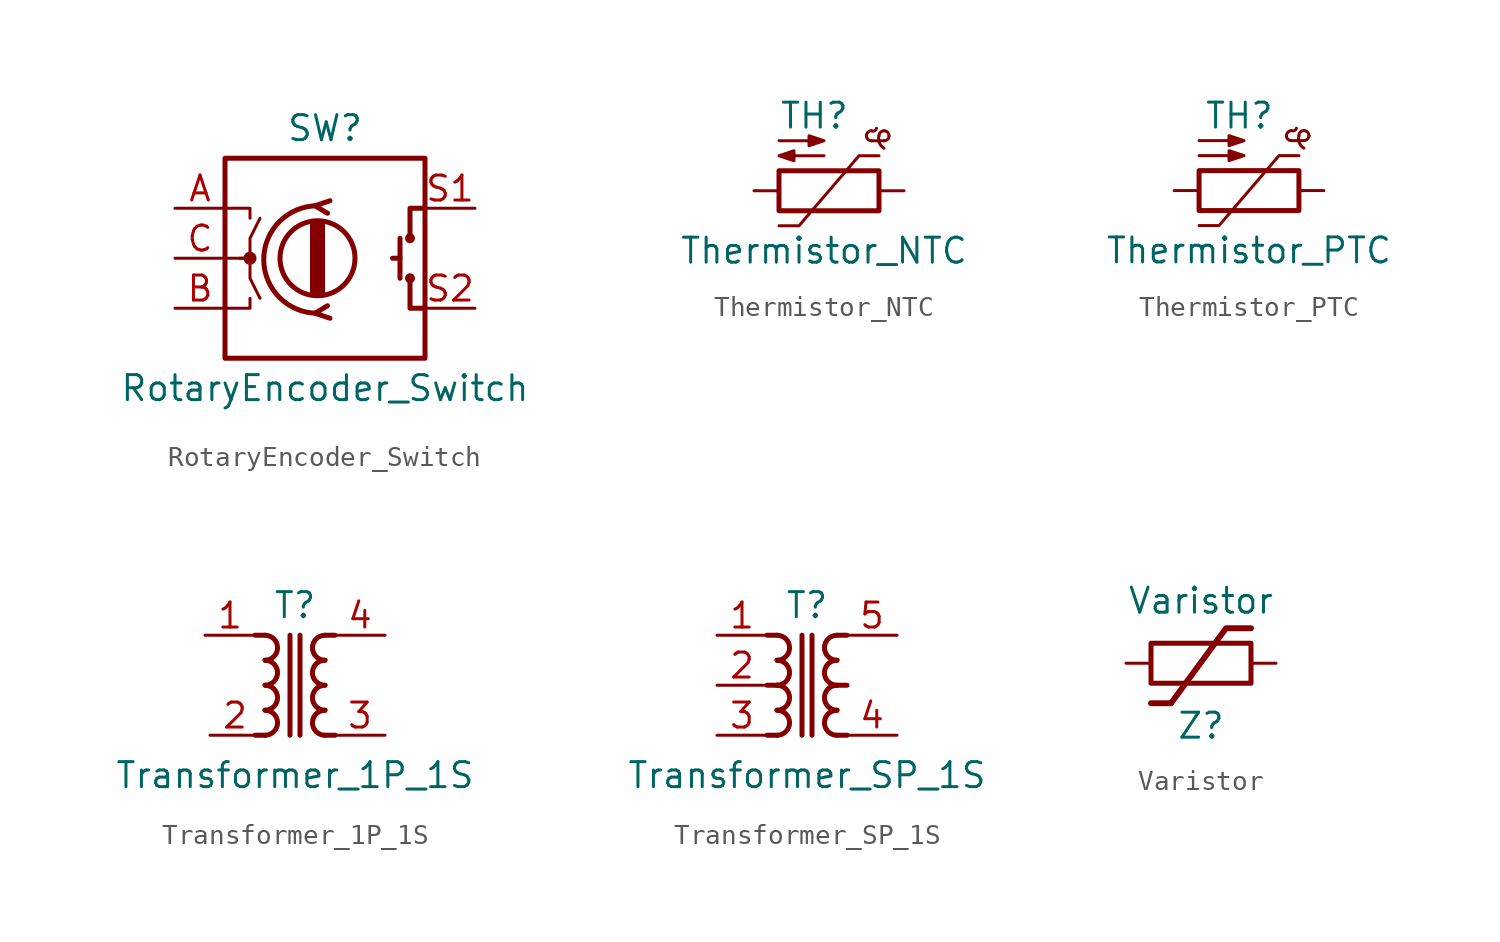
<source format=kicad_sym>
(kicad_symbol_lib
  (version 20220914)
  (generator kicad_symbol_editor)
  (symbol "RotaryEncoder_Switch"
    (pin_names
      (offset 0.254) hide)
    (property "Reference" "SW"
      (at 0 6.604 0)
      (effects (font (size 1.27 1.27))))
    (property "Value" "RotaryEncoder_Switch"
      (at 0 -6.604 0)
      (effects (font (size 1.27 1.27))))
    (symbol "RotaryEncoder_Switch_0_1"
      (circle (center -3.81 0) (radius 0.254) (stroke (width 0) (type default)) (fill (type outline)))
      (circle (center -0.381 0) (radius 1.905) (stroke (width 0.254) (type default)) (fill (type none)))
      (arc (start -0.381 2.667) (mid -3.0988 -0.0635) (end -0.381 -2.794) (stroke (width 0.254) (type default)) (fill (type none)))
      (polyline (pts (xy -0.635 -1.778) (xy -0.635 1.778)) (stroke (width 0.254) (type default)) (fill (type none)))
      (polyline (pts (xy -0.381 -1.778) (xy -0.381 1.778)) (stroke (width 0.254) (type default)) (fill (type none)))
      (polyline (pts (xy -0.127 1.778) (xy -0.127 -1.778)) (stroke (width 0.254) (type default)) (fill (type none)))
      (polyline (pts (xy 3.81 0) (xy 3.429 0)) (stroke (width 0.254) (type default)) (fill (type none)))
      (polyline (pts (xy 3.81 1.016) (xy 3.81 -1.016)) (stroke (width 0.254) (type default)) (fill (type none)))
      (polyline (pts (xy -5.08 -2.54) (xy -3.81 -2.54) (xy -3.81 -2.032)) (stroke (width 0) (type default)) (fill (type none)))
      (polyline (pts (xy -5.08 2.54) (xy -3.81 2.54) (xy -3.81 2.032)) (stroke (width 0) (type default)) (fill (type none)))
      (polyline (pts (xy 0.254 -3.048) (xy -0.508 -2.794) (xy 0.127 -2.413)) (stroke (width 0.254) (type default)) (fill (type none)))
      (polyline (pts (xy 0.254 2.921) (xy -0.508 2.667) (xy 0.127 2.286)) (stroke (width 0.254) (type default)) (fill (type none)))
      (polyline (pts (xy 5.08 -2.54) (xy 4.318 -2.54) (xy 4.318 -1.016)) (stroke (width 0.254) (type default)) (fill (type none)))
      (polyline (pts (xy 5.08 2.54) (xy 4.318 2.54) (xy 4.318 1.016)) (stroke (width 0.254) (type default)) (fill (type none)))
      (polyline (pts (xy -5.08 0) (xy -3.81 0) (xy -3.81 -1.016) (xy -3.302 -2.032)) (stroke (width 0) (type default)) (fill (type none)))
      (polyline (pts (xy -4.318 0) (xy -3.81 0) (xy -3.81 1.016) (xy -3.302 2.032)) (stroke (width 0) (type default)) (fill (type none)))
      (circle (center 4.318 -1.016) (radius 0.127) (stroke (width 0.254) (type default)) (fill (type none)))
      (circle (center 4.318 1.016) (radius 0.127) (stroke (width 0.254) (type default)) (fill (type none))))
    (symbol "RotaryEncoder_Switch_1_1"
      (rectangle (start -5.08 5.08) (end 5.08 -5.08) (stroke (width 0.254) (type default)) (fill (type none)))
      (pin passive line (at -7.62 2.54 0) (length 2.54) (name "A" (effects (font (size 1.27 1.27)))) (number "A" (effects (font (size 1.27 1.27)))))
      (pin passive line (at -7.62 -2.54 0) (length 2.54) (name "B" (effects (font (size 1.27 1.27)))) (number "B" (effects (font (size 1.27 1.27)))))
      (pin passive line (at -7.62 0 0) (length 2.54) (name "C" (effects (font (size 1.27 1.27)))) (number "C" (effects (font (size 1.27 1.27)))))
      (pin passive line (at 7.62 2.54 180) (length 2.54) (name "S1" (effects (font (size 1.27 1.27)))) (number "S1" (effects (font (size 1.27 1.27)))))
      (pin passive line (at 7.62 -2.54 180) (length 2.54) (name "S2" (effects (font (size 1.27 1.27)))) (number "S2" (effects (font (size 1.27 1.27)))))))
  (symbol "Thermistor_NTC"
    (pin_numbers hide)
    (pin_names
      (offset 0))
    (property "Reference" "TH"
      (at -2.286 3.81 0)
      (do_not_autoplace)
      (effects (font (size 1.27 1.27)) (justify left)))
    (property "Value" "Thermistor_NTC"
      (at 0 -3.048 0)
      (do_not_autoplace)
      (effects (font (size 1.27 1.27))))
    (symbol "Thermistor_NTC_0_1"
      (polyline (pts (xy 2.413 2.54) (xy 3.048 2.54)) (stroke (width 0) (type default)) (fill (type none)))
      (polyline (pts (xy 2.794 1.778) (xy 1.778 1.778) (xy -1.27 -1.778) (xy -2.286 -1.778)) (stroke (width 0) (type default)) (fill (type none)))
      (polyline (pts (xy -2.286 2.54) (xy 0 2.54) (xy -0.762 2.794) (xy -0.762 2.286) (xy 0 2.54) (xy -0.254 2.54)) (stroke (width 0) (type default)) (fill (type outline)))
      (polyline (pts (xy 0 1.778) (xy -2.286 1.778) (xy -1.524 2.032) (xy -1.524 1.524) (xy -2.286 1.778) (xy -2.032 1.778)) (stroke (width 0) (type default)) (fill (type outline)))
      (arc (start 2.159 2.794) (mid 2.2334 2.6144) (end 2.413 2.54) (stroke (width 0) (type default)) (fill (type none)))
      (arc (start 2.413 3.048) (mid 2.2334 2.9736) (end 2.159 2.794) (stroke (width 0) (type default)) (fill (type none)))
      (arc (start 2.413 3.048) (mid 2.5705 3.0505) (end 2.667 3.175) (stroke (width 0) (type default)) (fill (type none)))
      (rectangle (start 2.794 1.016) (end -2.286 -1.016) (stroke (width 0.254) (type default)) (fill (type none)))
      (arc (start 2.794 2.794) (mid 2.8148 2.434) (end 3.048 2.159) (stroke (width 0) (type default)) (fill (type none)))
      (arc (start 3.048 2.54) (mid 3.2276 2.6144) (end 3.302 2.794) (stroke (width 0) (type default)) (fill (type none)))
      (arc (start 3.048 3.048) (mid 2.8684 2.9736) (end 2.794 2.794) (stroke (width 0) (type default)) (fill (type none)))
      (arc (start 3.302 2.794) (mid 3.2276 2.9736) (end 3.048 3.048) (stroke (width 0) (type default)) (fill (type none))))
    (symbol "Thermistor_NTC_1_1"
      (pin passive line (at 4.064 0 180) (length 1.27) (name "~" (effects (font (size 1.27 1.27)))) (number "1" (effects (font (size 1.27 1.27)))))
      (pin passive line (at -3.556 0 0) (length 1.27) (name "~" (effects (font (size 1.27 1.27)))) (number "2" (effects (font (size 1.27 1.27)))))))
  (symbol "Thermistor_PTC"
    (pin_numbers hide)
    (pin_names
      (offset 0))
    (property "Reference" "TH"
      (at -2.286 3.81 0)
      (do_not_autoplace)
      (effects (font (size 1.27 1.27)) (justify left)))
    (property "Value" "Thermistor_PTC"
      (at 0 -3.048 0)
      (do_not_autoplace)
      (effects (font (size 1.27 1.27))))
    (symbol "Thermistor_PTC_0_1"
      (polyline (pts (xy 2.159 2.54) (xy 2.794 2.54)) (stroke (width 0) (type default)) (fill (type none)))
      (polyline (pts (xy 2.54 1.778) (xy 1.524 1.778) (xy -1.524 -1.778) (xy -2.54 -1.778)) (stroke (width 0) (type default)) (fill (type none)))
      (polyline (pts (xy -2.54 1.778) (xy -0.254 1.778) (xy -1.016 2.032) (xy -1.016 1.524) (xy -0.254 1.778) (xy -0.508 1.778)) (stroke (width 0) (type default)) (fill (type outline)))
      (polyline (pts (xy -2.54 2.54) (xy -0.254 2.54) (xy -1.016 2.794) (xy -1.016 2.286) (xy -0.254 2.54) (xy -0.508 2.54)) (stroke (width 0) (type default)) (fill (type outline)))
      (arc (start 1.905 2.794) (mid 1.9794 2.6144) (end 2.159 2.54) (stroke (width 0) (type default)) (fill (type none)))
      (arc (start 2.159 3.048) (mid 1.9794 2.9736) (end 1.905 2.794) (stroke (width 0) (type default)) (fill (type none)))
      (arc (start 2.159 3.048) (mid 2.3165 3.0505) (end 2.413 3.175) (stroke (width 0) (type default)) (fill (type none)))
      (rectangle (start 2.54 1.016) (end -2.54 -1.016) (stroke (width 0.254) (type default)) (fill (type none)))
      (arc (start 2.54 2.794) (mid 2.5608 2.434) (end 2.794 2.159) (stroke (width 0) (type default)) (fill (type none)))
      (arc (start 2.794 2.54) (mid 2.9736 2.6144) (end 3.048 2.794) (stroke (width 0) (type default)) (fill (type none)))
      (arc (start 2.794 3.048) (mid 2.6144 2.9736) (end 2.54 2.794) (stroke (width 0) (type default)) (fill (type none)))
      (arc (start 3.048 2.794) (mid 2.9736 2.9736) (end 2.794 3.048) (stroke (width 0) (type default)) (fill (type none))))
    (symbol "Thermistor_PTC_1_1"
      (pin passive line (at 3.81 0 180) (length 1.27) (name "~" (effects (font (size 1.27 1.27)))) (number "1" (effects (font (size 1.27 1.27)))))
      (pin passive line (at -3.81 0 0) (length 1.27) (name "~" (effects (font (size 1.27 1.27)))) (number "2" (effects (font (size 1.27 1.27)))))))
  (symbol "Transformer_1P_1S"
    (pin_names
      (offset 1.016) hide)
    (property "Reference" "T"
      (at 0 4.064 0)
      (do_not_autoplace)
      (effects (font (size 1.27 1.27))))
    (property "Value" "Transformer_1P_1S"
      (at 0 -4.572 0)
      (do_not_autoplace)
      (effects (font (size 1.27 1.27))))
    (symbol "Transformer_1P_1S_1_1"
      (arc (start -1.5213 -2.54) (mid -0.889 -1.905) (end -1.5213 -1.27) (stroke (width 0.254) (type default)) (fill (type none)))
      (arc (start -1.5213 -1.27) (mid -0.889 -0.635) (end -1.5213 0) (stroke (width 0.254) (type default)) (fill (type none)))
      (arc (start -1.5213 0) (mid -0.889 0.635) (end -1.5213 1.27) (stroke (width 0.254) (type default)) (fill (type none)))
      (arc (start -1.5213 1.27) (mid -0.889 1.905) (end -1.5213 2.54) (stroke (width 0.254) (type default)) (fill (type none)))
      (polyline (pts (xy -1.524 -2.54) (xy -2.032 -2.54)) (stroke (width 0.254) (type default)) (fill (type none)))
      (polyline (pts (xy -1.524 2.54) (xy -2.032 2.54)) (stroke (width 0.254) (type default)) (fill (type none)))
      (polyline (pts (xy -0.254 2.54) (xy -0.254 -2.54)) (stroke (width 0.254) (type default)) (fill (type none)))
      (polyline (pts (xy 0.254 2.54) (xy 0.254 -2.54)) (stroke (width 0.254) (type default)) (fill (type none)))
      (polyline (pts (xy 1.524 -2.54) (xy 2.032 -2.54)) (stroke (width 0.254) (type default)) (fill (type none)))
      (polyline (pts (xy 1.524 2.54) (xy 2.032 2.54)) (stroke (width 0.254) (type default)) (fill (type none)))
      (arc (start 1.5213 -1.27) (mid 0.889 -1.905) (end 1.5213 -2.54) (stroke (width 0.254) (type default)) (fill (type none)))
      (arc (start 1.5213 0) (mid 0.889 -0.635) (end 1.5213 -1.27) (stroke (width 0.254) (type default)) (fill (type none)))
      (arc (start 1.5213 1.27) (mid 0.889 0.635) (end 1.5213 0) (stroke (width 0.254) (type default)) (fill (type none)))
      (arc (start 1.5213 2.54) (mid 0.889 1.905) (end 1.5213 1.27) (stroke (width 0.254) (type default)) (fill (type none)))
      (pin passive line (at -4.572 2.54 0) (length 2.54) (name "AA" (effects (font (size 1.27 1.27)))) (number "1" (effects (font (size 1.27 1.27)))))
      (pin passive line (at -4.318 -2.54 0) (length 2.54) (name "AB" (effects (font (size 1.27 1.27)))) (number "2" (effects (font (size 1.27 1.27)))))
      (pin passive line (at 4.572 -2.54 180) (length 2.54) (name "SA" (effects (font (size 1.27 1.27)))) (number "3" (effects (font (size 1.27 1.27)))))
      (pin passive line (at 4.572 2.54 180) (length 2.54) (name "SB" (effects (font (size 1.27 1.27)))) (number "4" (effects (font (size 1.27 1.27)))))))
  (symbol "Transformer_SP_1S"
    (pin_names
      (offset 1.016) hide)
    (property "Reference" "T"
      (at 0 4.064 0)
      (do_not_autoplace)
      (effects (font (size 1.27 1.27))))
    (property "Value" "Transformer_SP_1S"
      (at 0 -4.572 0)
      (do_not_autoplace)
      (effects (font (size 1.27 1.27))))
    (symbol "Transformer_SP_1S_1_1"
      (arc (start -1.5213 -2.54) (mid -0.889 -1.905) (end -1.5213 -1.27) (stroke (width 0.254) (type default)) (fill (type none)))
      (arc (start -1.5213 -1.27) (mid -0.889 -0.635) (end -1.5213 0) (stroke (width 0.254) (type default)) (fill (type none)))
      (arc (start -1.5213 0) (mid -0.889 0.635) (end -1.5213 1.27) (stroke (width 0.254) (type default)) (fill (type none)))
      (arc (start -1.5213 1.27) (mid -0.889 1.905) (end -1.5213 2.54) (stroke (width 0.254) (type default)) (fill (type none)))
      (polyline (pts (xy -1.524 -2.54) (xy -2.032 -2.54)) (stroke (width 0.254) (type default)) (fill (type none)))
      (polyline (pts (xy -1.524 0) (xy -2.032 0)) (stroke (width 0.254) (type default)) (fill (type none)))
      (polyline (pts (xy -1.524 2.54) (xy -2.032 2.54)) (stroke (width 0.254) (type default)) (fill (type none)))
      (polyline (pts (xy -0.254 2.54) (xy -0.254 -2.54)) (stroke (width 0.254) (type default)) (fill (type none)))
      (polyline (pts (xy 0.254 2.54) (xy 0.254 -2.54)) (stroke (width 0.254) (type default)) (fill (type none)))
      (polyline (pts (xy 1.524 -2.54) (xy 2.032 -2.54)) (stroke (width 0.254) (type default)) (fill (type none)))
      (polyline (pts (xy 1.524 0) (xy 2.032 0)) (stroke (width 0.254) (type default)) (fill (type none)))
      (polyline (pts (xy 1.524 2.54) (xy 2.032 2.54)) (stroke (width 0.254) (type default)) (fill (type none)))
      (arc (start 1.5213 -1.27) (mid 0.889 -1.905) (end 1.5213 -2.54) (stroke (width 0.254) (type default)) (fill (type none)))
      (arc (start 1.5213 0) (mid 0.889 -0.635) (end 1.5213 -1.27) (stroke (width 0.254) (type default)) (fill (type none)))
      (arc (start 1.5213 1.27) (mid 0.889 0.635) (end 1.5213 0) (stroke (width 0.254) (type default)) (fill (type none)))
      (arc (start 1.5213 2.54) (mid 0.889 1.905) (end 1.5213 1.27) (stroke (width 0.254) (type default)) (fill (type none)))
      (pin passive line (at -4.572 2.54 0) (length 2.54) (name "PR1" (effects (font (size 1.27 1.27)))) (number "1" (effects (font (size 1.27 1.27)))))
      (pin passive line (at -4.572 0 0) (length 2.54) (name "PM" (effects (font (size 1.27 1.27)))) (number "2" (effects (font (size 1.27 1.27)))))
      (pin passive line (at -4.572 -2.54 0) (length 2.54) (name "PR2" (effects (font (size 1.27 1.27)))) (number "3" (effects (font (size 1.27 1.27)))))
      (pin passive line (at 4.572 -2.54 180) (length 2.54) (name "S1" (effects (font (size 1.27 1.27)))) (number "4" (effects (font (size 1.27 1.27)))))
      (pin passive line (at 4.572 2.54 180) (length 2.54) (name "S2" (effects (font (size 1.27 1.27)))) (number "5" (effects (font (size 1.27 1.27)))))))
  (symbol "Varistor"
    (pin_numbers hide)
    (pin_names
      (offset 0))
    (property "Reference" "Z"
      (at 0 -3.175 0)
      (effects (font (size 1.27 1.27))))
    (property "Value" "Varistor"
      (at 0 3.175 0)
      (effects (font (size 1.27 1.27))))
    (symbol "Varistor_0_1"
      (rectangle (start -2.54 1.016) (end 2.54 -1.016) (stroke (width 0.254) (type default)) (fill (type none))))
    (symbol "Varistor_1_1"
      (polyline (pts (xy -2.54 -2.032) (xy -1.524 -2.032)) (stroke (width 0.3) (type default)) (fill (type none)))
      (polyline (pts (xy 2.54 1.778) (xy 1.27 1.778) (xy -1.524 -2.032)) (stroke (width 0.3) (type default)) (fill (type none)))
      (pin passive line (at 3.81 0 180) (length 1.27) (name "~" (effects (font (size 1.27 1.27)))) (number "1" (effects (font (size 1.27 1.27)))))
      (pin passive line (at -3.81 0 0) (length 1.27) (name "~" (effects (font (size 1.27 1.27)))) (number "2" (effects (font (size 1.27 1.27))))))))
</source>
